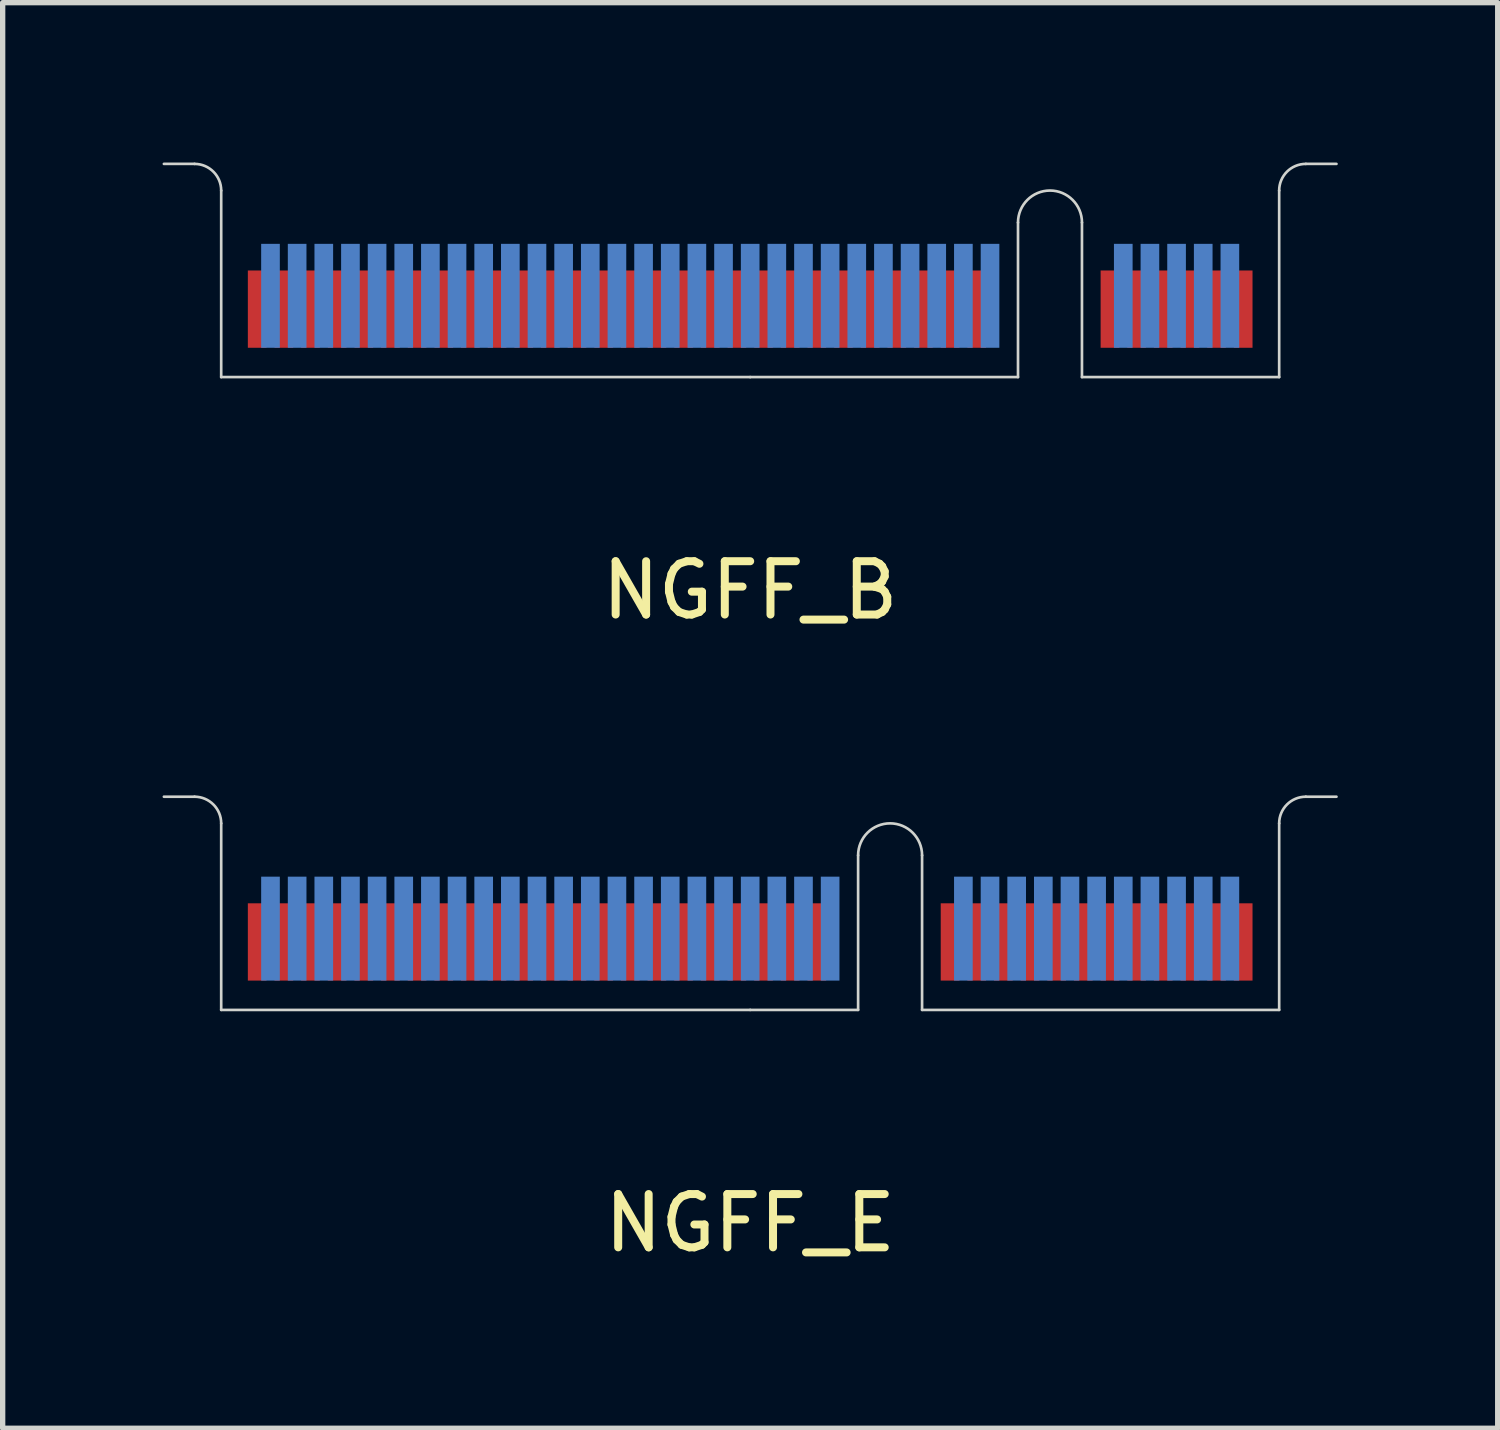
<source format=kicad_pcb>
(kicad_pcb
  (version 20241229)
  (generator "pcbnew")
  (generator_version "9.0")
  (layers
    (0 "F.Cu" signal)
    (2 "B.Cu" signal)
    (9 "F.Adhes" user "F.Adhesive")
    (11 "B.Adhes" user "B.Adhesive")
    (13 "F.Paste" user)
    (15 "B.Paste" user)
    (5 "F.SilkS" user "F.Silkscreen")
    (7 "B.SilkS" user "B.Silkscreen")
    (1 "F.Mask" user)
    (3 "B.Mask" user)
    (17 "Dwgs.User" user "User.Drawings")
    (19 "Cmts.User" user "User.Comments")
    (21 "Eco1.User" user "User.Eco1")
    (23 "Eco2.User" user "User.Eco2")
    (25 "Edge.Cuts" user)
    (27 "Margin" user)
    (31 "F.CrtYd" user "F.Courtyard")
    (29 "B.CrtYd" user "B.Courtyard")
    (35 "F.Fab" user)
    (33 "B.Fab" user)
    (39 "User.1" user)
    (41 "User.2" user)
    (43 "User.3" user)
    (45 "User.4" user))
  (footprint "NGFF_B"
    (layer "F.Cu")
    (at 11.025 4.025)
    (property "Reference" "NGFF_B" (at 0 4 0) (layer "F.SilkS") (effects (font (size 1 1) (thickness 0.15))))
    (attr through_hole)
    (fp_poly (pts (xy -9.925 0) (xy 5.025 0) (xy 5.025 -2) (xy -9.925 -2)) (stroke (width 0.1) (type solid)) (fill yes) (layer "F.Mask"))
    (fp_poly (pts (xy 6.225 0) (xy 9.925 0) (xy 9.925 -2) (xy 6.225 -2)) (stroke (width 0.1) (type solid)) (fill yes) (layer "F.Mask"))
    (fp_poly (pts (xy -9.925 0) (xy 5.025 0) (xy 5.025 -2.5) (xy -9.925 -2.5)) (stroke (width 0.1) (type solid)) (fill yes) (layer "B.Mask"))
    (fp_poly (pts (xy 6.225 0) (xy 9.925 0) (xy 9.925 -2.5) (xy 6.225 -2.5)) (stroke (width 0.1) (type solid)) (fill yes) (layer "B.Mask"))
    (fp_line (start -11 -4) (end -10.425 -4) (stroke (width 0.05) (type solid)) (layer "Edge.Cuts"))
    (fp_line (start -9.925 -3.5) (end -9.925 0) (stroke (width 0.05) (type solid)) (layer "Edge.Cuts"))
    (fp_line (start -9.925 0) (end 0 0) (stroke (width 0.05) (type solid)) (layer "Edge.Cuts"))
    (fp_line (start 0 0) (end 5.025 0) (stroke (width 0.05) (type solid)) (layer "Edge.Cuts"))
    (fp_line (start 5.025 0) (end 5.025 -2.9) (stroke (width 0.05) (type solid)) (layer "Edge.Cuts"))
    (fp_line (start 6.225 -2.9) (end 6.225 0) (stroke (width 0.05) (type solid)) (layer "Edge.Cuts"))
    (fp_line (start 6.225 0) (end 9.925 0) (stroke (width 0.05) (type solid)) (layer "Edge.Cuts"))
    (fp_line (start 9.925 0) (end 9.925 -3.5) (stroke (width 0.05) (type solid)) (layer "Edge.Cuts"))
    (fp_line (start 10.425 -4) (end 11 -4) (stroke (width 0.05) (type solid)) (layer "Edge.Cuts"))
    (fp_arc (start -10.425 -4) (mid -10.071447 -3.853553) (end -9.925 -3.5) (stroke (width 0.05) (type solid)) (layer "Edge.Cuts"))
    (fp_arc (start 5.025 -2.9) (mid 5.625 -3.5) (end 6.225 -2.9) (stroke (width 0.05) (type solid)) (layer "Edge.Cuts"))
    (fp_arc (start 9.925 -3.5) (mid 10.071447 -3.853553) (end 10.425 -4) (stroke (width 0.05) (type solid)) (layer "Edge.Cuts"))
    (pad "1" smd rect (at 9.25 -1.275) (size 0.35 1.45) (layers "F.Cu"))
    (pad "2" smd rect (at 9 -1.525) (size 0.35 1.95) (layers "B.Cu"))
    (pad "3" smd rect (at 8.75 -1.275) (size 0.35 1.45) (layers "F.Cu"))
    (pad "4" smd rect (at 8.5 -1.525) (size 0.35 1.95) (layers "B.Cu"))
    (pad "5" smd rect (at 8.25 -1.275) (size 0.35 1.45) (layers "F.Cu"))
    (pad "6" smd rect (at 8 -1.525) (size 0.35 1.95) (layers "B.Cu"))
    (pad "7" smd rect (at 7.75 -1.275) (size 0.35 1.45) (layers "F.Cu"))
    (pad "8" smd rect (at 7.5 -1.525) (size 0.35 1.95) (layers "B.Cu"))
    (pad "9" smd rect (at 7.25 -1.275) (size 0.35 1.45) (layers "F.Cu"))
    (pad "10" smd rect (at 7 -1.525) (size 0.35 1.95) (layers "B.Cu"))
    (pad "11" smd rect (at 6.75 -1.275) (size 0.35 1.45) (layers "F.Cu"))
    (pad "20" smd rect (at 4.5 -1.525) (size 0.35 1.95) (layers "B.Cu"))
    (pad "21" smd rect (at 4.25 -1.275) (size 0.35 1.45) (layers "F.Cu"))
    (pad "22" smd rect (at 4 -1.525) (size 0.35 1.95) (layers "B.Cu"))
    (pad "23" smd rect (at 3.75 -1.275) (size 0.35 1.45) (layers "F.Cu"))
    (pad "24" smd rect (at 3.5 -1.525) (size 0.35 1.95) (layers "B.Cu"))
    (pad "25" smd rect (at 3.25 -1.275) (size 0.35 1.45) (layers "F.Cu"))
    (pad "26" smd rect (at 3 -1.525) (size 0.35 1.95) (layers "B.Cu"))
    (pad "27" smd rect (at 2.75 -1.275) (size 0.35 1.45) (layers "F.Cu"))
    (pad "28" smd rect (at 2.5 -1.525) (size 0.35 1.95) (layers "B.Cu"))
    (pad "29" smd rect (at 2.25 -1.275) (size 0.35 1.45) (layers "F.Cu"))
    (pad "30" smd rect (at 2 -1.525) (size 0.35 1.95) (layers "B.Cu"))
    (pad "31" smd rect (at 1.75 -1.275) (size 0.35 1.45) (layers "F.Cu"))
    (pad "32" smd rect (at 1.5 -1.525) (size 0.35 1.95) (layers "B.Cu"))
    (pad "33" smd rect (at 1.25 -1.275) (size 0.35 1.45) (layers "F.Cu"))
    (pad "34" smd rect (at 1 -1.525) (size 0.35 1.95) (layers "B.Cu"))
    (pad "35" smd rect (at 0.75 -1.275) (size 0.35 1.45) (layers "F.Cu"))
    (pad "36" smd rect (at 0.5 -1.525) (size 0.35 1.95) (layers "B.Cu"))
    (pad "37" smd rect (at 0.25 -1.275) (size 0.35 1.45) (layers "F.Cu"))
    (pad "38" smd rect (at 0 -1.525) (size 0.35 1.95) (layers "B.Cu"))
    (pad "39" smd rect (at -0.25 -1.275) (size 0.35 1.45) (layers "F.Cu"))
    (pad "40" smd rect (at -0.5 -1.525) (size 0.35 1.95) (layers "B.Cu"))
    (pad "41" smd rect (at -0.75 -1.275) (size 0.35 1.45) (layers "F.Cu"))
    (pad "42" smd rect (at -1 -1.525) (size 0.35 1.95) (layers "B.Cu"))
    (pad "43" smd rect (at -1.25 -1.275) (size 0.35 1.45) (layers "F.Cu"))
    (pad "44" smd rect (at -1.5 -1.525) (size 0.35 1.95) (layers "B.Cu"))
    (pad "45" smd rect (at -1.75 -1.275) (size 0.35 1.45) (layers "F.Cu"))
    (pad "46" smd rect (at -2 -1.525) (size 0.35 1.95) (layers "B.Cu"))
    (pad "47" smd rect (at -2.25 -1.275) (size 0.35 1.45) (layers "F.Cu"))
    (pad "48" smd rect (at -2.5 -1.525) (size 0.35 1.95) (layers "B.Cu"))
    (pad "49" smd rect (at -2.75 -1.275) (size 0.35 1.45) (layers "F.Cu"))
    (pad "50" smd rect (at -3 -1.525) (size 0.35 1.95) (layers "B.Cu"))
    (pad "51" smd rect (at -3.25 -1.275) (size 0.35 1.45) (layers "F.Cu"))
    (pad "52" smd rect (at -3.5 -1.525) (size 0.35 1.95) (layers "B.Cu"))
    (pad "53" smd rect (at -3.75 -1.275) (size 0.35 1.45) (layers "F.Cu"))
    (pad "54" smd rect (at -4 -1.525) (size 0.35 1.95) (layers "B.Cu"))
    (pad "55" smd rect (at -4.25 -1.275) (size 0.35 1.45) (layers "F.Cu"))
    (pad "56" smd rect (at -4.5 -1.525) (size 0.35 1.95) (layers "B.Cu"))
    (pad "57" smd rect (at -4.75 -1.275) (size 0.35 1.45) (layers "F.Cu"))
    (pad "58" smd rect (at -5 -1.525) (size 0.35 1.95) (layers "B.Cu"))
    (pad "59" smd rect (at -5.25 -1.275) (size 0.35 1.45) (layers "F.Cu"))
    (pad "60" smd rect (at -5.5 -1.525) (size 0.35 1.95) (layers "B.Cu"))
    (pad "61" smd rect (at -5.75 -1.275) (size 0.35 1.45) (layers "F.Cu"))
    (pad "62" smd rect (at -6 -1.525) (size 0.35 1.95) (layers "B.Cu"))
    (pad "63" smd rect (at -6.25 -1.275) (size 0.35 1.45) (layers "F.Cu"))
    (pad "64" smd rect (at -6.5 -1.525) (size 0.35 1.95) (layers "B.Cu"))
    (pad "65" smd rect (at -6.75 -1.275) (size 0.35 1.45) (layers "F.Cu"))
    (pad "66" smd rect (at -7 -1.525) (size 0.35 1.95) (layers "B.Cu"))
    (pad "67" smd rect (at -7.25 -1.275) (size 0.35 1.45) (layers "F.Cu"))
    (pad "68" smd rect (at -7.5 -1.525) (size 0.35 1.95) (layers "B.Cu"))
    (pad "69" smd rect (at -7.75 -1.275) (size 0.35 1.45) (layers "F.Cu"))
    (pad "70" smd rect (at -8 -1.525) (size 0.35 1.95) (layers "B.Cu"))
    (pad "71" smd rect (at -8.25 -1.275) (size 0.35 1.45) (layers "F.Cu"))
    (pad "72" smd rect (at -8.5 -1.525) (size 0.35 1.95) (layers "B.Cu"))
    (pad "73" smd rect (at -8.75 -1.275) (size 0.35 1.45) (layers "F.Cu"))
    (pad "74" smd rect (at -9 -1.525) (size 0.35 1.95) (layers "B.Cu"))
    (pad "75" smd rect (at -9.25 -1.275) (size 0.35 1.45) (layers "F.Cu")))
  (footprint "NGFF_E"
    (layer "F.Cu")
    (at 11.025 15.898)
    (property "Reference" "NGFF_E" (at 0 4 0) (layer "F.SilkS") (effects (font (size 1 1) (thickness 0.15))))
    (attr through_hole)
    (fp_poly (pts (xy -9.925 0) (xy 2.025 0) (xy 2.025 -2) (xy -9.925 -2)) (stroke (width 0.1) (type solid)) (fill yes) (layer "F.Mask"))
    (fp_poly (pts (xy 3.225 0) (xy 9.925 0) (xy 9.925 -2) (xy 3.225 -2)) (stroke (width 0.1) (type solid)) (fill yes) (layer "F.Mask"))
    (fp_poly (pts (xy -9.925 0) (xy 2.025 0) (xy 2.025 -2.5) (xy -9.925 -2.5)) (stroke (width 0.1) (type solid)) (fill yes) (layer "B.Mask"))
    (fp_poly (pts (xy 3.225 0) (xy 9.925 0) (xy 9.925 -2.5) (xy 3.225 -2.5)) (stroke (width 0.1) (type solid)) (fill yes) (layer "B.Mask"))
    (fp_line (start -11 -4) (end -10.425 -4) (stroke (width 0.05) (type solid)) (layer "Edge.Cuts"))
    (fp_line (start -9.925 -3.5) (end -9.925 0) (stroke (width 0.05) (type solid)) (layer "Edge.Cuts"))
    (fp_line (start -9.925 0) (end 0 0) (stroke (width 0.05) (type solid)) (layer "Edge.Cuts"))
    (fp_line (start 0 0) (end 2.025 0) (stroke (width 0.05) (type solid)) (layer "Edge.Cuts"))
    (fp_line (start 2.025 0) (end 2.025 -2.9) (stroke (width 0.05) (type solid)) (layer "Edge.Cuts"))
    (fp_line (start 3.225 -2.9) (end 3.225 0) (stroke (width 0.05) (type solid)) (layer "Edge.Cuts"))
    (fp_line (start 3.225 0) (end 9.925 0) (stroke (width 0.05) (type solid)) (layer "Edge.Cuts"))
    (fp_line (start 9.925 0) (end 9.925 -3.5) (stroke (width 0.05) (type solid)) (layer "Edge.Cuts"))
    (fp_line (start 10.425 -4) (end 11 -4) (stroke (width 0.05) (type solid)) (layer "Edge.Cuts"))
    (fp_arc (start -10.425 -4) (mid -10.071447 -3.853553) (end -9.925 -3.5) (stroke (width 0.05) (type solid)) (layer "Edge.Cuts"))
    (fp_arc (start 2.025 -2.9) (mid 2.625 -3.5) (end 3.225 -2.9) (stroke (width 0.05) (type solid)) (layer "Edge.Cuts"))
    (fp_arc (start 9.925 -3.5) (mid 10.071447 -3.853553) (end 10.425 -4) (stroke (width 0.05) (type solid)) (layer "Edge.Cuts"))
    (pad "1" smd rect (at 9.25 -1.275) (size 0.35 1.45) (layers "F.Cu"))
    (pad "2" smd rect (at 9 -1.525) (size 0.35 1.95) (layers "B.Cu"))
    (pad "3" smd rect (at 8.75 -1.275) (size 0.35 1.45) (layers "F.Cu"))
    (pad "4" smd rect (at 8.5 -1.525) (size 0.35 1.95) (layers "B.Cu"))
    (pad "5" smd rect (at 8.25 -1.275) (size 0.35 1.45) (layers "F.Cu"))
    (pad "6" smd rect (at 8 -1.525) (size 0.35 1.95) (layers "B.Cu"))
    (pad "7" smd rect (at 7.75 -1.275) (size 0.35 1.45) (layers "F.Cu"))
    (pad "8" smd rect (at 7.5 -1.525) (size 0.35 1.95) (layers "B.Cu"))
    (pad "9" smd rect (at 7.25 -1.275) (size 0.35 1.45) (layers "F.Cu"))
    (pad "10" smd rect (at 7 -1.525) (size 0.35 1.95) (layers "B.Cu"))
    (pad "11" smd rect (at 6.75 -1.275) (size 0.35 1.45) (layers "F.Cu"))
    (pad "12" smd rect (at 6.5 -1.525) (size 0.35 1.95) (layers "B.Cu"))
    (pad "13" smd rect (at 6.25 -1.275) (size 0.35 1.45) (layers "F.Cu"))
    (pad "14" smd rect (at 6 -1.525) (size 0.35 1.95) (layers "B.Cu"))
    (pad "15" smd rect (at 5.75 -1.275) (size 0.35 1.45) (layers "F.Cu"))
    (pad "16" smd rect (at 5.5 -1.525) (size 0.35 1.95) (layers "B.Cu"))
    (pad "17" smd rect (at 5.25 -1.275) (size 0.35 1.45) (layers "F.Cu"))
    (pad "18" smd rect (at 5 -1.525) (size 0.35 1.95) (layers "B.Cu"))
    (pad "19" smd rect (at 4.75 -1.275) (size 0.35 1.45) (layers "F.Cu"))
    (pad "20" smd rect (at 4.5 -1.525) (size 0.35 1.95) (layers "B.Cu"))
    (pad "21" smd rect (at 4.25 -1.275) (size 0.35 1.45) (layers "F.Cu"))
    (pad "22" smd rect (at 4 -1.525) (size 0.35 1.95) (layers "B.Cu"))
    (pad "23" smd rect (at 3.75 -1.275) (size 0.35 1.45) (layers "F.Cu"))
    (pad "32" smd rect (at 1.5 -1.525) (size 0.35 1.95) (layers "B.Cu"))
    (pad "33" smd rect (at 1.25 -1.275) (size 0.35 1.45) (layers "F.Cu"))
    (pad "34" smd rect (at 1 -1.525) (size 0.35 1.95) (layers "B.Cu"))
    (pad "35" smd rect (at 0.75 -1.275) (size 0.35 1.45) (layers "F.Cu"))
    (pad "36" smd rect (at 0.5 -1.525) (size 0.35 1.95) (layers "B.Cu"))
    (pad "37" smd rect (at 0.25 -1.275) (size 0.35 1.45) (layers "F.Cu"))
    (pad "38" smd rect (at 0 -1.525) (size 0.35 1.95) (layers "B.Cu"))
    (pad "39" smd rect (at -0.25 -1.275) (size 0.35 1.45) (layers "F.Cu"))
    (pad "40" smd rect (at -0.5 -1.525) (size 0.35 1.95) (layers "B.Cu"))
    (pad "41" smd rect (at -0.75 -1.275) (size 0.35 1.45) (layers "F.Cu"))
    (pad "42" smd rect (at -1 -1.525) (size 0.35 1.95) (layers "B.Cu"))
    (pad "43" smd rect (at -1.25 -1.275) (size 0.35 1.45) (layers "F.Cu"))
    (pad "44" smd rect (at -1.5 -1.525) (size 0.35 1.95) (layers "B.Cu"))
    (pad "45" smd rect (at -1.75 -1.275) (size 0.35 1.45) (layers "F.Cu"))
    (pad "46" smd rect (at -2 -1.525) (size 0.35 1.95) (layers "B.Cu"))
    (pad "47" smd rect (at -2.25 -1.275) (size 0.35 1.45) (layers "F.Cu"))
    (pad "48" smd rect (at -2.5 -1.525) (size 0.35 1.95) (layers "B.Cu"))
    (pad "49" smd rect (at -2.75 -1.275) (size 0.35 1.45) (layers "F.Cu"))
    (pad "50" smd rect (at -3 -1.525) (size 0.35 1.95) (layers "B.Cu"))
    (pad "51" smd rect (at -3.25 -1.275) (size 0.35 1.45) (layers "F.Cu"))
    (pad "52" smd rect (at -3.5 -1.525) (size 0.35 1.95) (layers "B.Cu"))
    (pad "53" smd rect (at -3.75 -1.275) (size 0.35 1.45) (layers "F.Cu"))
    (pad "54" smd rect (at -4 -1.525) (size 0.35 1.95) (layers "B.Cu"))
    (pad "55" smd rect (at -4.25 -1.275) (size 0.35 1.45) (layers "F.Cu"))
    (pad "56" smd rect (at -4.5 -1.525) (size 0.35 1.95) (layers "B.Cu"))
    (pad "57" smd rect (at -4.75 -1.275) (size 0.35 1.45) (layers "F.Cu"))
    (pad "58" smd rect (at -5 -1.525) (size 0.35 1.95) (layers "B.Cu"))
    (pad "59" smd rect (at -5.25 -1.275) (size 0.35 1.45) (layers "F.Cu"))
    (pad "60" smd rect (at -5.5 -1.525) (size 0.35 1.95) (layers "B.Cu"))
    (pad "61" smd rect (at -5.75 -1.275) (size 0.35 1.45) (layers "F.Cu"))
    (pad "62" smd rect (at -6 -1.525) (size 0.35 1.95) (layers "B.Cu"))
    (pad "63" smd rect (at -6.25 -1.275) (size 0.35 1.45) (layers "F.Cu"))
    (pad "64" smd rect (at -6.5 -1.525) (size 0.35 1.95) (layers "B.Cu"))
    (pad "65" smd rect (at -6.75 -1.275) (size 0.35 1.45) (layers "F.Cu"))
    (pad "66" smd rect (at -7 -1.525) (size 0.35 1.95) (layers "B.Cu"))
    (pad "67" smd rect (at -7.25 -1.275) (size 0.35 1.45) (layers "F.Cu"))
    (pad "68" smd rect (at -7.5 -1.525) (size 0.35 1.95) (layers "B.Cu"))
    (pad "69" smd rect (at -7.75 -1.275) (size 0.35 1.45) (layers "F.Cu"))
    (pad "70" smd rect (at -8 -1.525) (size 0.35 1.95) (layers "B.Cu"))
    (pad "71" smd rect (at -8.25 -1.275) (size 0.35 1.45) (layers "F.Cu"))
    (pad "72" smd rect (at -8.5 -1.525) (size 0.35 1.95) (layers "B.Cu"))
    (pad "73" smd rect (at -8.75 -1.275) (size 0.35 1.45) (layers "F.Cu"))
    (pad "74" smd rect (at -9 -1.525) (size 0.35 1.95) (layers "B.Cu"))
    (pad "75" smd rect (at -9.25 -1.275) (size 0.35 1.45) (layers "F.Cu")))
  (gr_rect
    (start -3 -3)
    (end 25.05 23.747)
    (stroke (width 0.1) (type default))
    (fill no)
    (layer "Edge.Cuts")))
</source>
